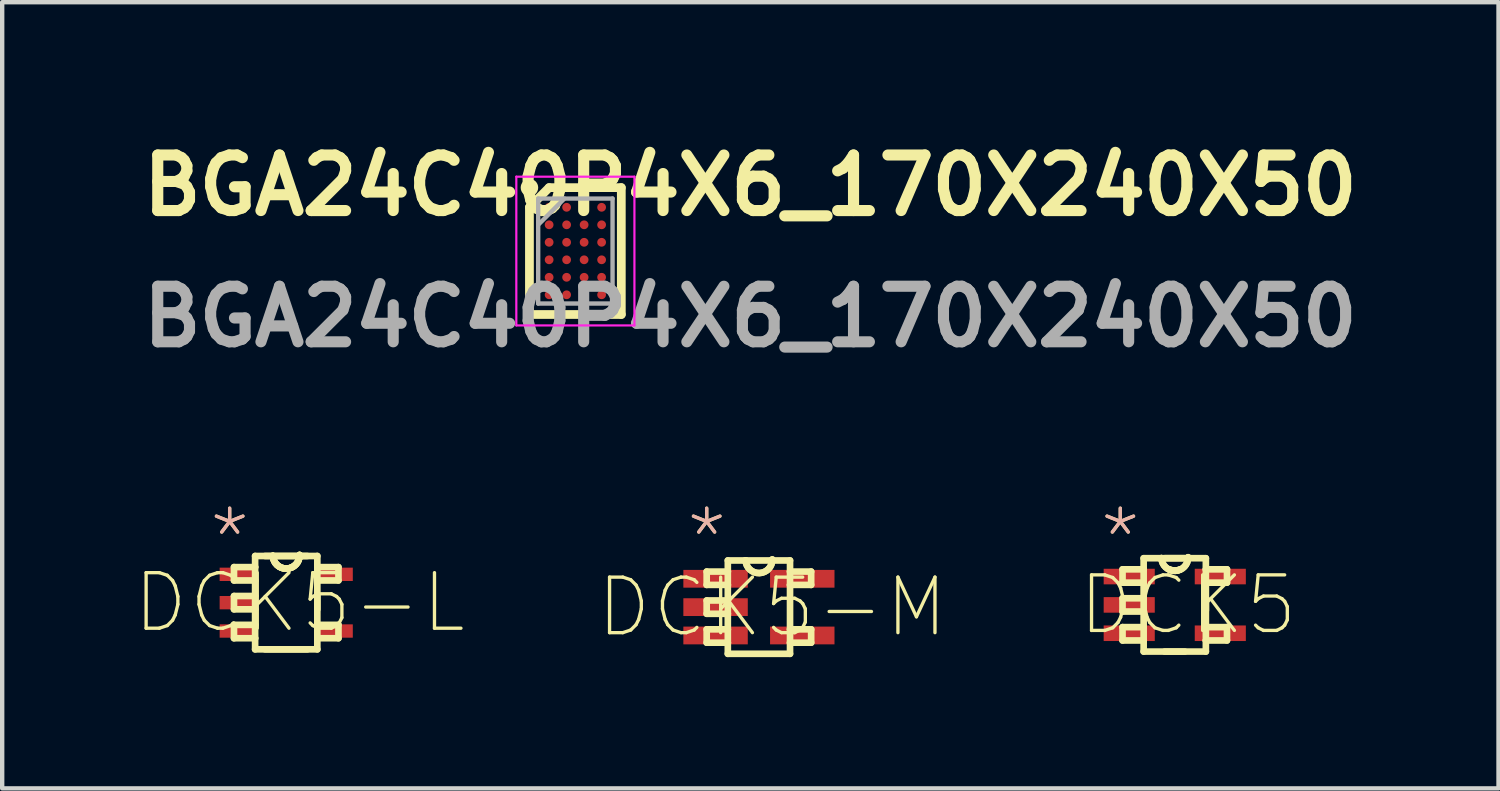
<source format=kicad_pcb>
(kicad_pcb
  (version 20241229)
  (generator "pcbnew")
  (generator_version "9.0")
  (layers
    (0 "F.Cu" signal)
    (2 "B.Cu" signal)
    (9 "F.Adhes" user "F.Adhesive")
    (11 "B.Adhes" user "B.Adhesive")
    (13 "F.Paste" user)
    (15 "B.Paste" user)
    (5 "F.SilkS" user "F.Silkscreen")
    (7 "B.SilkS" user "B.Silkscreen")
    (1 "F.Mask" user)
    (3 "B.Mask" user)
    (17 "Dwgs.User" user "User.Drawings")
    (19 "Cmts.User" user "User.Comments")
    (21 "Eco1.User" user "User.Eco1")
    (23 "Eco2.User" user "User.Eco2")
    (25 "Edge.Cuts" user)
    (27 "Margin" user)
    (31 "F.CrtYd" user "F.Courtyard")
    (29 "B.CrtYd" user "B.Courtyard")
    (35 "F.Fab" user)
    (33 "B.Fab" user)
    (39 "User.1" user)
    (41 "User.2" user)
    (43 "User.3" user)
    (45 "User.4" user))
  (footprint "DCK5-L"
    (layer "F.Cu")
    (at 3.493 10.727)
    (property "Reference" "DCK5-L" (at 0.305 0 0) (layer "F.SilkS") (effects (font (size 1.27 1.27) (thickness 0.076))))
    (attr smd)
    (fp_line (start -1.194 -0.813) (end -1.194 -0.508) (stroke (width 0.152) (type solid)) (layer "F.SilkS"))
    (fp_line (start -1.194 -0.508) (end -0.711 -0.508) (stroke (width 0.152) (type solid)) (layer "F.SilkS"))
    (fp_line (start -1.194 -0.152) (end -1.194 0.152) (stroke (width 0.152) (type solid)) (layer "F.SilkS"))
    (fp_line (start -1.194 0.152) (end -0.711 0.152) (stroke (width 0.152) (type solid)) (layer "F.SilkS"))
    (fp_line (start -1.194 0.508) (end -1.194 0.813) (stroke (width 0.152) (type solid)) (layer "F.SilkS"))
    (fp_line (start -1.194 0.813) (end -0.711 0.813) (stroke (width 0.152) (type solid)) (layer "F.SilkS"))
    (fp_line (start -0.711 -1.067) (end -0.711 -0.813) (stroke (width 0.152) (type solid)) (layer "F.SilkS"))
    (fp_line (start -0.711 -0.813) (end -1.194 -0.813) (stroke (width 0.152) (type solid)) (layer "F.SilkS"))
    (fp_line (start -0.711 -0.508) (end -0.711 -0.813) (stroke (width 0.152) (type solid)) (layer "F.SilkS"))
    (fp_line (start -0.711 -0.508) (end -0.711 -0.152) (stroke (width 0.152) (type solid)) (layer "F.SilkS"))
    (fp_line (start -0.711 -0.152) (end -1.194 -0.152) (stroke (width 0.152) (type solid)) (layer "F.SilkS"))
    (fp_line (start -0.711 0.152) (end -0.711 -0.152) (stroke (width 0.152) (type solid)) (layer "F.SilkS"))
    (fp_line (start -0.711 0.152) (end -0.711 0.508) (stroke (width 0.152) (type solid)) (layer "F.SilkS"))
    (fp_line (start -0.711 0.508) (end -1.194 0.508) (stroke (width 0.152) (type solid)) (layer "F.SilkS"))
    (fp_line (start -0.711 0.813) (end -0.711 0.508) (stroke (width 0.152) (type solid)) (layer "F.SilkS"))
    (fp_line (start -0.711 1.067) (end -0.711 0.813) (stroke (width 0.152) (type solid)) (layer "F.SilkS"))
    (fp_line (start -0.711 1.067) (end 0.711 1.067) (stroke (width 0.152) (type solid)) (layer "F.SilkS"))
    (fp_line (start -0.483 1.067) (end 0.483 1.067) (stroke (width 0.152) (type solid)) (layer "F.SilkS"))
    (fp_line (start -0.305 -1.067) (end -0.711 -1.067) (stroke (width 0.152) (type solid)) (layer "F.SilkS"))
    (fp_line (start -0.305 -1.067) (end -0.483 -1.067) (stroke (width 0.152) (type solid)) (layer "F.SilkS"))
    (fp_line (start 0.483 -1.067) (end -0.305 -1.067) (stroke (width 0.152) (type solid)) (layer "F.SilkS"))
    (fp_line (start 0.711 -1.067) (end -0.305 -1.067) (stroke (width 0.152) (type solid)) (layer "F.SilkS"))
    (fp_line (start 0.711 -1.067) (end 0.711 -0.813) (stroke (width 0.152) (type solid)) (layer "F.SilkS"))
    (fp_line (start 0.711 -0.813) (end 0.711 -0.508) (stroke (width 0.152) (type solid)) (layer "F.SilkS"))
    (fp_line (start 0.711 -0.508) (end 1.194 -0.508) (stroke (width 0.152) (type solid)) (layer "F.SilkS"))
    (fp_line (start 0.711 0.152) (end 0.711 -0.152) (stroke (width 0.152) (type solid)) (layer "F.SilkS"))
    (fp_line (start 0.711 0.508) (end 0.711 -0.508) (stroke (width 0.152) (type solid)) (layer "F.SilkS"))
    (fp_line (start 0.711 0.508) (end 0.711 0.813) (stroke (width 0.152) (type solid)) (layer "F.SilkS"))
    (fp_line (start 0.711 0.813) (end 1.194 0.813) (stroke (width 0.152) (type solid)) (layer "F.SilkS"))
    (fp_line (start 0.711 1.067) (end 0.711 0.813) (stroke (width 0.152) (type solid)) (layer "F.SilkS"))
    (fp_line (start 1.194 -0.813) (end 0.711 -0.813) (stroke (width 0.152) (type solid)) (layer "F.SilkS"))
    (fp_line (start 1.194 -0.508) (end 1.194 -0.813) (stroke (width 0.152) (type solid)) (layer "F.SilkS"))
    (fp_line (start 1.194 0.508) (end 0.711 0.508) (stroke (width 0.152) (type solid)) (layer "F.SilkS"))
    (fp_line (start 1.194 0.813) (end 1.194 0.508) (stroke (width 0.152) (type solid)) (layer "F.SilkS"))
    (fp_arc (start 0.3048 -1.08966) (mid 0.01016 -0.7747) (end -0.3048 -1.06934) (stroke (width 0.1524) (type solid)) (layer "F.SilkS"))
    (fp_arc (start 0.3048 -1.08966) (mid 0.01016 -0.7747) (end -0.3048 -1.06934) (stroke (width 0.1524) (type solid)) (layer "F.SilkS"))
    (fp_arc (start 0.3048 -1.08966) (mid 0.01016 -0.7747) (end -0.3048 -1.06934) (stroke (width 0.1524) (type solid)) (layer "F.SilkS"))
    (fp_arc (start 0.3048 -1.08966) (mid 0.01016 -0.7747) (end -0.3048 -1.06934) (stroke (width 0.1524) (type solid)) (layer "F.SilkS"))
    (fp_text user "*" (at -1.293 -1.473 0) (layer "F.SilkS") (effects (font (size 1.27 1.27) (thickness 0.076))))
    (fp_text user "*" (at -1.293 -1.473 0) (layer "B.SilkS") (effects (font (size 1.27 1.27) (thickness 0.076))))
    (pad "1" smd rect (at -1.09 -0.648) (size 0.864 0.305) (layers "F.Cu" "F.Mask" "F.Paste"))
    (pad "2" smd rect (at -1.09 0) (size 0.864 0.305) (layers "F.Cu" "F.Mask" "F.Paste"))
    (pad "3" smd rect (at -1.09 0.648) (size 0.864 0.305) (layers "F.Cu" "F.Mask" "F.Paste"))
    (pad "4" smd rect (at 1.09 0.648) (size 0.864 0.305) (layers "F.Cu" "F.Mask" "F.Paste"))
    (pad "5" smd rect (at 1.09 -0.648) (size 0.864 0.305) (layers "F.Cu" "F.Mask" "F.Paste")))
  (footprint "DCK5"
    (layer "F.Cu")
    (at 23.805 10.778)
    (property "Reference" "DCK5" (at 0.305 0 0) (layer "F.SilkS") (effects (font (size 1.27 1.27) (thickness 0.076))))
    (attr smd)
    (fp_line (start -1.194 -0.813) (end -1.194 -0.508) (stroke (width 0.152) (type solid)) (layer "F.SilkS"))
    (fp_line (start -1.194 -0.508) (end -0.711 -0.508) (stroke (width 0.152) (type solid)) (layer "F.SilkS"))
    (fp_line (start -1.194 -0.152) (end -1.194 0.152) (stroke (width 0.152) (type solid)) (layer "F.SilkS"))
    (fp_line (start -1.194 0.152) (end -0.711 0.152) (stroke (width 0.152) (type solid)) (layer "F.SilkS"))
    (fp_line (start -1.194 0.508) (end -1.194 0.813) (stroke (width 0.152) (type solid)) (layer "F.SilkS"))
    (fp_line (start -1.194 0.813) (end -0.711 0.813) (stroke (width 0.152) (type solid)) (layer "F.SilkS"))
    (fp_line (start -0.711 -1.067) (end -0.711 -0.813) (stroke (width 0.152) (type solid)) (layer "F.SilkS"))
    (fp_line (start -0.711 -0.813) (end -1.194 -0.813) (stroke (width 0.152) (type solid)) (layer "F.SilkS"))
    (fp_line (start -0.711 -0.508) (end -0.711 -0.813) (stroke (width 0.152) (type solid)) (layer "F.SilkS"))
    (fp_line (start -0.711 -0.508) (end -0.711 -0.152) (stroke (width 0.152) (type solid)) (layer "F.SilkS"))
    (fp_line (start -0.711 -0.152) (end -1.194 -0.152) (stroke (width 0.152) (type solid)) (layer "F.SilkS"))
    (fp_line (start -0.711 0.152) (end -0.711 -0.152) (stroke (width 0.152) (type solid)) (layer "F.SilkS"))
    (fp_line (start -0.711 0.152) (end -0.711 0.508) (stroke (width 0.152) (type solid)) (layer "F.SilkS"))
    (fp_line (start -0.711 0.508) (end -1.194 0.508) (stroke (width 0.152) (type solid)) (layer "F.SilkS"))
    (fp_line (start -0.711 0.813) (end -0.711 0.508) (stroke (width 0.152) (type solid)) (layer "F.SilkS"))
    (fp_line (start -0.711 1.067) (end -0.711 0.813) (stroke (width 0.152) (type solid)) (layer "F.SilkS"))
    (fp_line (start -0.711 1.067) (end 0.711 1.067) (stroke (width 0.152) (type solid)) (layer "F.SilkS"))
    (fp_line (start -0.305 -1.067) (end -0.711 -1.067) (stroke (width 0.152) (type solid)) (layer "F.SilkS"))
    (fp_line (start -0.229 1.067) (end 0.229 1.067) (stroke (width 0.152) (type solid)) (layer "F.SilkS"))
    (fp_line (start 0.229 -1.067) (end -0.229 -1.067) (stroke (width 0.152) (type solid)) (layer "F.SilkS"))
    (fp_line (start 0.711 -1.067) (end -0.305 -1.067) (stroke (width 0.152) (type solid)) (layer "F.SilkS"))
    (fp_line (start 0.711 -1.067) (end 0.711 -0.813) (stroke (width 0.152) (type solid)) (layer "F.SilkS"))
    (fp_line (start 0.711 -0.813) (end 0.711 -0.508) (stroke (width 0.152) (type solid)) (layer "F.SilkS"))
    (fp_line (start 0.711 -0.508) (end 1.194 -0.508) (stroke (width 0.152) (type solid)) (layer "F.SilkS"))
    (fp_line (start 0.711 0.127) (end 0.711 -0.127) (stroke (width 0.152) (type solid)) (layer "F.SilkS"))
    (fp_line (start 0.711 0.508) (end 0.711 -0.508) (stroke (width 0.152) (type solid)) (layer "F.SilkS"))
    (fp_line (start 0.711 0.508) (end 0.711 0.813) (stroke (width 0.152) (type solid)) (layer "F.SilkS"))
    (fp_line (start 0.711 0.813) (end 1.194 0.813) (stroke (width 0.152) (type solid)) (layer "F.SilkS"))
    (fp_line (start 0.711 1.067) (end 0.711 0.813) (stroke (width 0.152) (type solid)) (layer "F.SilkS"))
    (fp_line (start 1.194 -0.813) (end 0.711 -0.813) (stroke (width 0.152) (type solid)) (layer "F.SilkS"))
    (fp_line (start 1.194 -0.508) (end 1.194 -0.813) (stroke (width 0.152) (type solid)) (layer "F.SilkS"))
    (fp_line (start 1.194 0.508) (end 0.711 0.508) (stroke (width 0.152) (type solid)) (layer "F.SilkS"))
    (fp_line (start 1.194 0.813) (end 1.194 0.508) (stroke (width 0.152) (type solid)) (layer "F.SilkS"))
    (fp_arc (start 0.127 -0.8128) (mid 0.000312 -0.785739) (end -0.12643 -0.812546) (stroke (width 0.1524) (type solid)) (layer "F.SilkS"))
    (fp_arc (start 0.127 -0.8128) (mid 0.000312 -0.785739) (end -0.12643 -0.812546) (stroke (width 0.1524) (type solid)) (layer "F.SilkS"))
    (fp_arc (start 0.3048 -1.08966) (mid 0.01016 -0.7747) (end -0.3048 -1.06934) (stroke (width 0.1524) (type solid)) (layer "F.SilkS"))
    (fp_arc (start 0.3048 -1.08966) (mid 0.01016 -0.7747) (end -0.3048 -1.06934) (stroke (width 0.1524) (type solid)) (layer "F.SilkS"))
    (fp_text user "*" (at -1.245 -1.524 0) (layer "F.SilkS") (effects (font (size 1.27 1.27) (thickness 0.076))))
    (fp_text user "*" (at -1.245 -1.524 0) (layer "B.SilkS") (effects (font (size 1.27 1.27) (thickness 0.076))))
    (pad "1" smd rect (at -1.041 -0.648) (size 1.168 0.356) (layers "F.Cu" "F.Mask" "F.Paste"))
    (pad "2" smd rect (at -1.041 0) (size 1.168 0.356) (layers "F.Cu" "F.Mask" "F.Paste"))
    (pad "3" smd rect (at -1.041 0.648) (size 1.168 0.356) (layers "F.Cu" "F.Mask" "F.Paste"))
    (pad "4" smd rect (at 1.041 0.648) (size 1.168 0.356) (layers "F.Cu" "F.Mask" "F.Paste"))
    (pad "5" smd rect (at 1.041 -0.648) (size 1.168 0.356) (layers "F.Cu" "F.Mask" "F.Paste")))
  (footprint "DCK5-M"
    (layer "F.Cu")
    (at 14.299 10.829)
    (property "Reference" "DCK5-M" (at 0.305 0 0) (layer "F.SilkS") (effects (font (size 1.27 1.27) (thickness 0.076))))
    (attr smd)
    (fp_line (start -1.194 -0.813) (end -1.194 -0.508) (stroke (width 0.152) (type solid)) (layer "F.SilkS"))
    (fp_line (start -1.194 -0.508) (end -0.711 -0.508) (stroke (width 0.152) (type solid)) (layer "F.SilkS"))
    (fp_line (start -1.194 -0.152) (end -1.194 0.152) (stroke (width 0.152) (type solid)) (layer "F.SilkS"))
    (fp_line (start -1.194 0.152) (end -0.711 0.152) (stroke (width 0.152) (type solid)) (layer "F.SilkS"))
    (fp_line (start -1.194 0.508) (end -1.194 0.813) (stroke (width 0.152) (type solid)) (layer "F.SilkS"))
    (fp_line (start -1.194 0.813) (end -0.711 0.813) (stroke (width 0.152) (type solid)) (layer "F.SilkS"))
    (fp_line (start -0.711 -1.067) (end -0.711 -0.813) (stroke (width 0.152) (type solid)) (layer "F.SilkS"))
    (fp_line (start -0.711 -0.813) (end -1.194 -0.813) (stroke (width 0.152) (type solid)) (layer "F.SilkS"))
    (fp_line (start -0.711 -0.508) (end -0.711 -0.813) (stroke (width 0.152) (type solid)) (layer "F.SilkS"))
    (fp_line (start -0.711 -0.508) (end -0.711 -0.152) (stroke (width 0.152) (type solid)) (layer "F.SilkS"))
    (fp_line (start -0.711 -0.152) (end -1.194 -0.152) (stroke (width 0.152) (type solid)) (layer "F.SilkS"))
    (fp_line (start -0.711 0.152) (end -0.711 -0.152) (stroke (width 0.152) (type solid)) (layer "F.SilkS"))
    (fp_line (start -0.711 0.152) (end -0.711 0.508) (stroke (width 0.152) (type solid)) (layer "F.SilkS"))
    (fp_line (start -0.711 0.508) (end -1.194 0.508) (stroke (width 0.152) (type solid)) (layer "F.SilkS"))
    (fp_line (start -0.711 0.813) (end -0.711 0.508) (stroke (width 0.152) (type solid)) (layer "F.SilkS"))
    (fp_line (start -0.711 1.067) (end -0.711 0.813) (stroke (width 0.152) (type solid)) (layer "F.SilkS"))
    (fp_line (start -0.711 1.067) (end 0.711 1.067) (stroke (width 0.152) (type solid)) (layer "F.SilkS"))
    (fp_line (start -0.305 -1.067) (end -0.711 -1.067) (stroke (width 0.152) (type solid)) (layer "F.SilkS"))
    (fp_line (start 0.711 -1.067) (end -0.305 -1.067) (stroke (width 0.152) (type solid)) (layer "F.SilkS"))
    (fp_line (start 0.711 -1.067) (end 0.711 -0.813) (stroke (width 0.152) (type solid)) (layer "F.SilkS"))
    (fp_line (start 0.711 -0.813) (end 0.711 -0.508) (stroke (width 0.152) (type solid)) (layer "F.SilkS"))
    (fp_line (start 0.711 -0.508) (end 1.194 -0.508) (stroke (width 0.152) (type solid)) (layer "F.SilkS"))
    (fp_line (start 0.711 0.508) (end 0.711 -0.508) (stroke (width 0.152) (type solid)) (layer "F.SilkS"))
    (fp_line (start 0.711 0.508) (end 0.711 0.813) (stroke (width 0.152) (type solid)) (layer "F.SilkS"))
    (fp_line (start 0.711 0.813) (end 1.194 0.813) (stroke (width 0.152) (type solid)) (layer "F.SilkS"))
    (fp_line (start 0.711 1.067) (end 0.711 0.813) (stroke (width 0.152) (type solid)) (layer "F.SilkS"))
    (fp_line (start 1.194 -0.813) (end 0.711 -0.813) (stroke (width 0.152) (type solid)) (layer "F.SilkS"))
    (fp_line (start 1.194 -0.508) (end 1.194 -0.813) (stroke (width 0.152) (type solid)) (layer "F.SilkS"))
    (fp_line (start 1.194 0.508) (end 0.711 0.508) (stroke (width 0.152) (type solid)) (layer "F.SilkS"))
    (fp_line (start 1.194 0.813) (end 1.194 0.508) (stroke (width 0.152) (type solid)) (layer "F.SilkS"))
    (fp_arc (start 0.3048 -1.08966) (mid 0.01016 -0.7747) (end -0.3048 -1.06934) (stroke (width 0.1524) (type solid)) (layer "F.SilkS"))
    (fp_arc (start 0.3048 -1.08966) (mid 0.01016 -0.7747) (end -0.3048 -1.06934) (stroke (width 0.1524) (type solid)) (layer "F.SilkS"))
    (fp_text user "*" (at -1.194 -1.575 0) (layer "F.SilkS") (effects (font (size 1.27 1.27) (thickness 0.076))))
    (fp_text user "*" (at -1.194 -1.575 0) (layer "B.SilkS") (effects (font (size 1.27 1.27) (thickness 0.076))))
    (pad "1" smd rect (at -0.991 -0.648) (size 1.473 0.406) (layers "F.Cu" "F.Mask" "F.Paste"))
    (pad "2" smd rect (at -0.991 0) (size 1.473 0.406) (layers "F.Cu" "F.Mask" "F.Paste"))
    (pad "3" smd rect (at -0.991 0.648) (size 1.473 0.406) (layers "F.Cu" "F.Mask" "F.Paste"))
    (pad "4" smd rect (at 0.991 0.648) (size 1.473 0.406) (layers "F.Cu" "F.Mask" "F.Paste"))
    (pad "5" smd rect (at 0.991 -0.648) (size 1.473 0.406) (layers "F.Cu" "F.Mask" "F.Paste")))
  (footprint "BGA24C40P4X6_170X240X50"
    (layer "F.Cu")
    (at 10.103 2.689)
    (property "Reference" "BGA24C40P4X6_170X240X50" (at 4 -1.5 0) (layer "F.SilkS") (effects (font (size 1.27 1.27) (thickness 0.254))))
    (attr smd)
    (fp_line (start -1.05 -1) (end -0.6 -1.45) (stroke (width 0.2) (type solid)) (layer "F.SilkS"))
    (fp_line (start -1.05 1.45) (end -1.05 -1) (stroke (width 0.2) (type solid)) (layer "F.SilkS"))
    (fp_line (start -0.6 -1.45) (end 1.05 -1.45) (stroke (width 0.2) (type solid)) (layer "F.SilkS"))
    (fp_line (start 1.05 -1.45) (end 1.05 1.45) (stroke (width 0.2) (type solid)) (layer "F.SilkS"))
    (fp_line (start 1.05 1.45) (end -1.05 1.45) (stroke (width 0.2) (type solid)) (layer "F.SilkS"))
    (fp_circle (center -1.05 -1.45) (end -1.05 -1.35) (stroke (width 0.2) (type solid)) (fill no) (layer "F.SilkS"))
    (fp_line (start -1.35 -1.7) (end 1.35 -1.7) (stroke (width 0.05) (type solid)) (layer "F.CrtYd"))
    (fp_line (start -1.35 1.7) (end -1.35 -1.7) (stroke (width 0.05) (type solid)) (layer "F.CrtYd"))
    (fp_line (start 1.35 -1.7) (end 1.35 1.7) (stroke (width 0.05) (type solid)) (layer "F.CrtYd"))
    (fp_line (start 1.35 1.7) (end -1.35 1.7) (stroke (width 0.05) (type solid)) (layer "F.CrtYd"))
    (fp_line (start -0.85 -1.2) (end 0.85 -1.2) (stroke (width 0.1) (type solid)) (layer "F.Fab"))
    (fp_line (start -0.85 -0.6) (end -0.25 -1.2) (stroke (width 0.1) (type solid)) (layer "F.Fab"))
    (fp_line (start -0.85 1.2) (end -0.85 -1.2) (stroke (width 0.1) (type solid)) (layer "F.Fab"))
    (fp_line (start 0.85 -1.2) (end 0.85 1.2) (stroke (width 0.1) (type solid)) (layer "F.Fab"))
    (fp_line (start 0.85 1.2) (end -0.85 1.2) (stroke (width 0.1) (type solid)) (layer "F.Fab"))
    (fp_text user "${REFERENCE}" (at 4 1.5 0) (layer "F.Fab") (effects (font (size 1.27 1.27) (thickness 0.254))))
    (pad "A1" smd circle (at -0.6 -1 90) (size 0.2 0.2) (layers "F.Cu" "F.Mask" "F.Paste"))
    (pad "A2" smd circle (at -0.2 -1 90) (size 0.2 0.2) (layers "F.Cu" "F.Mask" "F.Paste"))
    (pad "A3" smd circle (at 0.2 -1 90) (size 0.2 0.2) (layers "F.Cu" "F.Mask" "F.Paste"))
    (pad "A4" smd circle (at 0.6 -1 90) (size 0.2 0.2) (layers "F.Cu" "F.Mask" "F.Paste"))
    (pad "B1" smd circle (at -0.6 -0.6 90) (size 0.2 0.2) (layers "F.Cu" "F.Mask" "F.Paste"))
    (pad "B2" smd circle (at -0.2 -0.6 90) (size 0.2 0.2) (layers "F.Cu" "F.Mask" "F.Paste"))
    (pad "B3" smd circle (at 0.2 -0.6 90) (size 0.2 0.2) (layers "F.Cu" "F.Mask" "F.Paste"))
    (pad "B4" smd circle (at 0.6 -0.6 90) (size 0.2 0.2) (layers "F.Cu" "F.Mask" "F.Paste"))
    (pad "C1" smd circle (at -0.6 -0.2 90) (size 0.2 0.2) (layers "F.Cu" "F.Mask" "F.Paste"))
    (pad "C2" smd circle (at -0.2 -0.2 90) (size 0.2 0.2) (layers "F.Cu" "F.Mask" "F.Paste"))
    (pad "C3" smd circle (at 0.2 -0.2 90) (size 0.2 0.2) (layers "F.Cu" "F.Mask" "F.Paste"))
    (pad "C4" smd circle (at 0.6 -0.2 90) (size 0.2 0.2) (layers "F.Cu" "F.Mask" "F.Paste"))
    (pad "D1" smd circle (at -0.6 0.2 90) (size 0.2 0.2) (layers "F.Cu" "F.Mask" "F.Paste"))
    (pad "D2" smd circle (at -0.2 0.2 90) (size 0.2 0.2) (layers "F.Cu" "F.Mask" "F.Paste"))
    (pad "D3" smd circle (at 0.2 0.2 90) (size 0.2 0.2) (layers "F.Cu" "F.Mask" "F.Paste"))
    (pad "D4" smd circle (at 0.6 0.2 90) (size 0.2 0.2) (layers "F.Cu" "F.Mask" "F.Paste"))
    (pad "E1" smd circle (at -0.6 0.6 90) (size 0.2 0.2) (layers "F.Cu" "F.Mask" "F.Paste"))
    (pad "E2" smd circle (at -0.2 0.6 90) (size 0.2 0.2) (layers "F.Cu" "F.Mask" "F.Paste"))
    (pad "E3" smd circle (at 0.2 0.6 90) (size 0.2 0.2) (layers "F.Cu" "F.Mask" "F.Paste"))
    (pad "E4" smd circle (at 0.6 0.6 90) (size 0.2 0.2) (layers "F.Cu" "F.Mask" "F.Paste"))
    (pad "F1" smd circle (at -0.6 1 90) (size 0.2 0.2) (layers "F.Cu" "F.Mask" "F.Paste"))
    (pad "F2" smd circle (at -0.2 1 90) (size 0.2 0.2) (layers "F.Cu" "F.Mask" "F.Paste"))
    (pad "F3" smd circle (at 0.2 1 90) (size 0.2 0.2) (layers "F.Cu" "F.Mask" "F.Paste"))
    (pad "F4" smd circle (at 0.6 1 90) (size 0.2 0.2) (layers "F.Cu" "F.Mask" "F.Paste")))
  (gr_rect
    (start -3 -3)
    (end 31.206 14.972)
    (stroke (width 0.1) (type default))
    (fill no)
    (layer "Edge.Cuts")))
</source>
